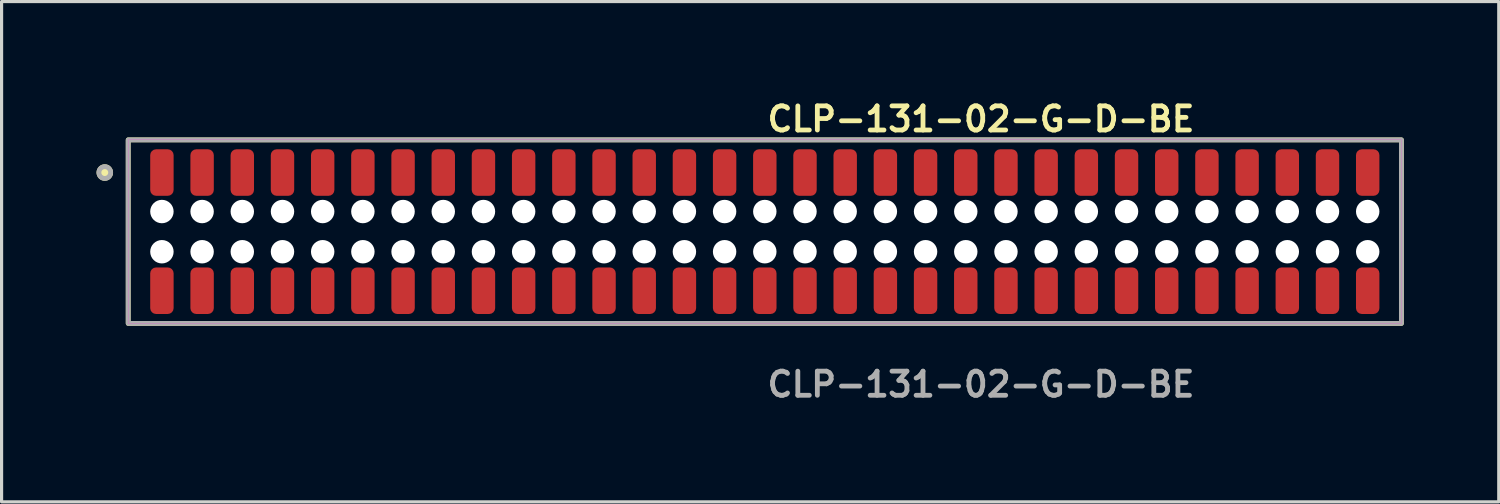
<source format=kicad_pcb>
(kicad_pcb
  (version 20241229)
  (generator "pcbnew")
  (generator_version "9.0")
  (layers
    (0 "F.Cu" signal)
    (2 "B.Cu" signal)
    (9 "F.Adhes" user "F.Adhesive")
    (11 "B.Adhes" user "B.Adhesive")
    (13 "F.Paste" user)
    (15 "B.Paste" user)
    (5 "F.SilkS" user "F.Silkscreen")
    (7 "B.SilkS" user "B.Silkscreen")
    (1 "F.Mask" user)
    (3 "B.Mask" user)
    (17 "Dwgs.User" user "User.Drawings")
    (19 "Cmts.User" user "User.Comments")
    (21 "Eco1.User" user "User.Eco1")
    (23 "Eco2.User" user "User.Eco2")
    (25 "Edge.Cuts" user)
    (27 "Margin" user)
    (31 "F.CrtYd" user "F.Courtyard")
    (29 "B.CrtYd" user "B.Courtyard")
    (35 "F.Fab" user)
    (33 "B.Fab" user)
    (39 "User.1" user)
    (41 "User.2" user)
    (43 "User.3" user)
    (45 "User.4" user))
  (footprint "CLP-131-02-G-D-BE"
    (layer "F.Cu")
    (at 21.116 4.269)
    (property "Reference" "CLP-131-02-G-D-BE" (at 0 -3.556 0) (unlocked yes) (layer "F.SilkS") (effects (font (size 0.762 0.762) (thickness 0.152)) (justify left)))
    (fp_rect (start -20.115 2.9) (end 20.115 -2.9) (stroke (width 0.152) (type solid)) (fill no) (layer "F.SilkS"))
    (fp_circle (center -20.855 -1.867) (end -21.04 -1.867) (stroke (width 0.152) (type solid)) (fill yes) (layer "F.SilkS"))
    (fp_rect (start -20.115 2.9) (end 20.115 -2.9) (stroke (width 0.006) (type solid)) (fill no) (layer "F.CrtYd"))
    (fp_rect (start -20.115 2.9) (end 20.115 -2.9) (stroke (width 0.152) (type solid)) (fill no) (layer "F.Fab"))
    (fp_circle (center -20.855 -1.867) (end -21.04 -1.867) (stroke (width 0.152) (type solid)) (fill no) (layer "F.Fab"))
    (fp_text user "${REFERENCE}" (at 0 4.826 0) (unlocked yes) (layer "F.Fab") (effects (font (size 0.762 0.762) (thickness 0.152)) (justify left)))
    (pad "" np_thru_hole circle (at -19.05 -0.635) (size 0.74 0.74) (drill 0.74) (layers "*.Cu" "*.Mask"))
    (pad "" np_thru_hole circle (at -19.05 0.635) (size 0.74 0.74) (drill 0.74) (layers "*.Cu" "*.Mask"))
    (pad "" np_thru_hole circle (at -17.78 -0.635) (size 0.74 0.74) (drill 0.74) (layers "*.Cu" "*.Mask"))
    (pad "" np_thru_hole circle (at -17.78 0.635) (size 0.74 0.74) (drill 0.74) (layers "*.Cu" "*.Mask"))
    (pad "" np_thru_hole circle (at -16.51 -0.635) (size 0.74 0.74) (drill 0.74) (layers "*.Cu" "*.Mask"))
    (pad "" np_thru_hole circle (at -16.51 0.635) (size 0.74 0.74) (drill 0.74) (layers "*.Cu" "*.Mask"))
    (pad "" np_thru_hole circle (at -15.24 -0.635) (size 0.74 0.74) (drill 0.74) (layers "*.Cu" "*.Mask"))
    (pad "" np_thru_hole circle (at -15.24 0.635) (size 0.74 0.74) (drill 0.74) (layers "*.Cu" "*.Mask"))
    (pad "" np_thru_hole circle (at -13.97 -0.635) (size 0.74 0.74) (drill 0.74) (layers "*.Cu" "*.Mask"))
    (pad "" np_thru_hole circle (at -13.97 0.635) (size 0.74 0.74) (drill 0.74) (layers "*.Cu" "*.Mask"))
    (pad "" np_thru_hole circle (at -12.7 -0.635) (size 0.74 0.74) (drill 0.74) (layers "*.Cu" "*.Mask"))
    (pad "" np_thru_hole circle (at -12.7 0.635) (size 0.74 0.74) (drill 0.74) (layers "*.Cu" "*.Mask"))
    (pad "" np_thru_hole circle (at -11.43 -0.635) (size 0.74 0.74) (drill 0.74) (layers "*.Cu" "*.Mask"))
    (pad "" np_thru_hole circle (at -11.43 0.635) (size 0.74 0.74) (drill 0.74) (layers "*.Cu" "*.Mask"))
    (pad "" np_thru_hole circle (at -10.16 -0.635) (size 0.74 0.74) (drill 0.74) (layers "*.Cu" "*.Mask"))
    (pad "" np_thru_hole circle (at -10.16 0.635) (size 0.74 0.74) (drill 0.74) (layers "*.Cu" "*.Mask"))
    (pad "" np_thru_hole circle (at -8.89 -0.635) (size 0.74 0.74) (drill 0.74) (layers "*.Cu" "*.Mask"))
    (pad "" np_thru_hole circle (at -8.89 0.635) (size 0.74 0.74) (drill 0.74) (layers "*.Cu" "*.Mask"))
    (pad "" np_thru_hole circle (at -7.62 -0.635) (size 0.74 0.74) (drill 0.74) (layers "*.Cu" "*.Mask"))
    (pad "" np_thru_hole circle (at -7.62 0.635) (size 0.74 0.74) (drill 0.74) (layers "*.Cu" "*.Mask"))
    (pad "" np_thru_hole circle (at -6.35 -0.635) (size 0.74 0.74) (drill 0.74) (layers "*.Cu" "*.Mask"))
    (pad "" np_thru_hole circle (at -6.35 0.635) (size 0.74 0.74) (drill 0.74) (layers "*.Cu" "*.Mask"))
    (pad "" np_thru_hole circle (at -5.08 -0.635) (size 0.74 0.74) (drill 0.74) (layers "*.Cu" "*.Mask"))
    (pad "" np_thru_hole circle (at -5.08 0.635) (size 0.74 0.74) (drill 0.74) (layers "*.Cu" "*.Mask"))
    (pad "" np_thru_hole circle (at -3.81 -0.635) (size 0.74 0.74) (drill 0.74) (layers "*.Cu" "*.Mask"))
    (pad "" np_thru_hole circle (at -3.81 0.635) (size 0.74 0.74) (drill 0.74) (layers "*.Cu" "*.Mask"))
    (pad "" np_thru_hole circle (at -2.54 -0.635) (size 0.74 0.74) (drill 0.74) (layers "*.Cu" "*.Mask"))
    (pad "" np_thru_hole circle (at -2.54 0.635) (size 0.74 0.74) (drill 0.74) (layers "*.Cu" "*.Mask"))
    (pad "" np_thru_hole circle (at -1.27 -0.635) (size 0.74 0.74) (drill 0.74) (layers "*.Cu" "*.Mask"))
    (pad "" np_thru_hole circle (at -1.27 0.635) (size 0.74 0.74) (drill 0.74) (layers "*.Cu" "*.Mask"))
    (pad "" np_thru_hole circle (at 0 -0.635) (size 0.74 0.74) (drill 0.74) (layers "*.Cu" "*.Mask"))
    (pad "" np_thru_hole circle (at 0 0.635) (size 0.74 0.74) (drill 0.74) (layers "*.Cu" "*.Mask"))
    (pad "" np_thru_hole circle (at 1.27 -0.635) (size 0.74 0.74) (drill 0.74) (layers "*.Cu" "*.Mask"))
    (pad "" np_thru_hole circle (at 1.27 0.635) (size 0.74 0.74) (drill 0.74) (layers "*.Cu" "*.Mask"))
    (pad "" np_thru_hole circle (at 2.54 -0.635) (size 0.74 0.74) (drill 0.74) (layers "*.Cu" "*.Mask"))
    (pad "" np_thru_hole circle (at 2.54 0.635) (size 0.74 0.74) (drill 0.74) (layers "*.Cu" "*.Mask"))
    (pad "" np_thru_hole circle (at 3.81 -0.635) (size 0.74 0.74) (drill 0.74) (layers "*.Cu" "*.Mask"))
    (pad "" np_thru_hole circle (at 3.81 0.635) (size 0.74 0.74) (drill 0.74) (layers "*.Cu" "*.Mask"))
    (pad "" np_thru_hole circle (at 5.08 -0.635) (size 0.74 0.74) (drill 0.74) (layers "*.Cu" "*.Mask"))
    (pad "" np_thru_hole circle (at 5.08 0.635) (size 0.74 0.74) (drill 0.74) (layers "*.Cu" "*.Mask"))
    (pad "" np_thru_hole circle (at 6.35 -0.635) (size 0.74 0.74) (drill 0.74) (layers "*.Cu" "*.Mask"))
    (pad "" np_thru_hole circle (at 6.35 0.635) (size 0.74 0.74) (drill 0.74) (layers "*.Cu" "*.Mask"))
    (pad "" np_thru_hole circle (at 7.62 -0.635) (size 0.74 0.74) (drill 0.74) (layers "*.Cu" "*.Mask"))
    (pad "" np_thru_hole circle (at 7.62 0.635) (size 0.74 0.74) (drill 0.74) (layers "*.Cu" "*.Mask"))
    (pad "" np_thru_hole circle (at 8.89 -0.635) (size 0.74 0.74) (drill 0.74) (layers "*.Cu" "*.Mask"))
    (pad "" np_thru_hole circle (at 8.89 0.635) (size 0.74 0.74) (drill 0.74) (layers "*.Cu" "*.Mask"))
    (pad "" np_thru_hole circle (at 10.16 -0.635) (size 0.74 0.74) (drill 0.74) (layers "*.Cu" "*.Mask"))
    (pad "" np_thru_hole circle (at 10.16 0.635) (size 0.74 0.74) (drill 0.74) (layers "*.Cu" "*.Mask"))
    (pad "" np_thru_hole circle (at 11.43 -0.635) (size 0.74 0.74) (drill 0.74) (layers "*.Cu" "*.Mask"))
    (pad "" np_thru_hole circle (at 11.43 0.635) (size 0.74 0.74) (drill 0.74) (layers "*.Cu" "*.Mask"))
    (pad "" np_thru_hole circle (at 12.7 -0.635) (size 0.74 0.74) (drill 0.74) (layers "*.Cu" "*.Mask"))
    (pad "" np_thru_hole circle (at 12.7 0.635) (size 0.74 0.74) (drill 0.74) (layers "*.Cu" "*.Mask"))
    (pad "" np_thru_hole circle (at 13.97 -0.635) (size 0.74 0.74) (drill 0.74) (layers "*.Cu" "*.Mask"))
    (pad "" np_thru_hole circle (at 13.97 0.635) (size 0.74 0.74) (drill 0.74) (layers "*.Cu" "*.Mask"))
    (pad "" np_thru_hole circle (at 15.24 -0.635) (size 0.74 0.74) (drill 0.74) (layers "*.Cu" "*.Mask"))
    (pad "" np_thru_hole circle (at 15.24 0.635) (size 0.74 0.74) (drill 0.74) (layers "*.Cu" "*.Mask"))
    (pad "" np_thru_hole circle (at 16.51 -0.635) (size 0.74 0.74) (drill 0.74) (layers "*.Cu" "*.Mask"))
    (pad "" np_thru_hole circle (at 16.51 0.635) (size 0.74 0.74) (drill 0.74) (layers "*.Cu" "*.Mask"))
    (pad "" np_thru_hole circle (at 17.78 -0.635) (size 0.74 0.74) (drill 0.74) (layers "*.Cu" "*.Mask"))
    (pad "" np_thru_hole circle (at 17.78 0.635) (size 0.74 0.74) (drill 0.74) (layers "*.Cu" "*.Mask"))
    (pad "" np_thru_hole circle (at 19.05 -0.635) (size 0.74 0.74) (drill 0.74) (layers "*.Cu" "*.Mask"))
    (pad "" np_thru_hole circle (at 19.05 0.635) (size 0.74 0.74) (drill 0.74) (layers "*.Cu" "*.Mask"))
    (pad "1" smd roundrect (at -19.05 -1.867) (size 0.74 1.47) (layers "F.Cu" "F.Paste") (roundrect_rratio 0.25))
    (pad "2" smd roundrect (at -19.05 1.867) (size 0.74 1.47) (layers "F.Cu" "F.Paste") (roundrect_rratio 0.25))
    (pad "3" smd roundrect (at -17.78 -1.867) (size 0.74 1.47) (layers "F.Cu" "F.Paste") (roundrect_rratio 0.25))
    (pad "4" smd roundrect (at -17.78 1.867) (size 0.74 1.47) (layers "F.Cu" "F.Paste") (roundrect_rratio 0.25))
    (pad "5" smd roundrect (at -16.51 -1.867) (size 0.74 1.47) (layers "F.Cu" "F.Paste") (roundrect_rratio 0.25))
    (pad "6" smd roundrect (at -16.51 1.867) (size 0.74 1.47) (layers "F.Cu" "F.Paste") (roundrect_rratio 0.25))
    (pad "7" smd roundrect (at -15.24 -1.867) (size 0.74 1.47) (layers "F.Cu" "F.Paste") (roundrect_rratio 0.25))
    (pad "8" smd roundrect (at -15.24 1.867) (size 0.74 1.47) (layers "F.Cu" "F.Paste") (roundrect_rratio 0.25))
    (pad "9" smd roundrect (at -13.97 -1.867) (size 0.74 1.47) (layers "F.Cu" "F.Paste") (roundrect_rratio 0.25))
    (pad "10" smd roundrect (at -13.97 1.867) (size 0.74 1.47) (layers "F.Cu" "F.Paste") (roundrect_rratio 0.25))
    (pad "11" smd roundrect (at -12.7 -1.867) (size 0.74 1.47) (layers "F.Cu" "F.Paste") (roundrect_rratio 0.25))
    (pad "12" smd roundrect (at -12.7 1.867) (size 0.74 1.47) (layers "F.Cu" "F.Paste") (roundrect_rratio 0.25))
    (pad "13" smd roundrect (at -11.43 -1.867) (size 0.74 1.47) (layers "F.Cu" "F.Paste") (roundrect_rratio 0.25))
    (pad "14" smd roundrect (at -11.43 1.867) (size 0.74 1.47) (layers "F.Cu" "F.Paste") (roundrect_rratio 0.25))
    (pad "15" smd roundrect (at -10.16 -1.867) (size 0.74 1.47) (layers "F.Cu" "F.Paste") (roundrect_rratio 0.25))
    (pad "16" smd roundrect (at -10.16 1.867) (size 0.74 1.47) (layers "F.Cu" "F.Paste") (roundrect_rratio 0.25))
    (pad "17" smd roundrect (at -8.89 -1.867) (size 0.74 1.47) (layers "F.Cu" "F.Paste") (roundrect_rratio 0.25))
    (pad "18" smd roundrect (at -8.89 1.867) (size 0.74 1.47) (layers "F.Cu" "F.Paste") (roundrect_rratio 0.25))
    (pad "19" smd roundrect (at -7.62 -1.867) (size 0.74 1.47) (layers "F.Cu" "F.Paste") (roundrect_rratio 0.25))
    (pad "20" smd roundrect (at -7.62 1.867) (size 0.74 1.47) (layers "F.Cu" "F.Paste") (roundrect_rratio 0.25))
    (pad "21" smd roundrect (at -6.35 -1.867) (size 0.74 1.47) (layers "F.Cu" "F.Paste") (roundrect_rratio 0.25))
    (pad "22" smd roundrect (at -6.35 1.867) (size 0.74 1.47) (layers "F.Cu" "F.Paste") (roundrect_rratio 0.25))
    (pad "23" smd roundrect (at -5.08 -1.867) (size 0.74 1.47) (layers "F.Cu" "F.Paste") (roundrect_rratio 0.25))
    (pad "24" smd roundrect (at -5.08 1.867) (size 0.74 1.47) (layers "F.Cu" "F.Paste") (roundrect_rratio 0.25))
    (pad "25" smd roundrect (at -3.81 -1.867) (size 0.74 1.47) (layers "F.Cu" "F.Paste") (roundrect_rratio 0.25))
    (pad "26" smd roundrect (at -3.81 1.867) (size 0.74 1.47) (layers "F.Cu" "F.Paste") (roundrect_rratio 0.25))
    (pad "27" smd roundrect (at -2.54 -1.867) (size 0.74 1.47) (layers "F.Cu" "F.Paste") (roundrect_rratio 0.25))
    (pad "28" smd roundrect (at -2.54 1.867) (size 0.74 1.47) (layers "F.Cu" "F.Paste") (roundrect_rratio 0.25))
    (pad "29" smd roundrect (at -1.27 -1.867) (size 0.74 1.47) (layers "F.Cu" "F.Paste") (roundrect_rratio 0.25))
    (pad "30" smd roundrect (at -1.27 1.867) (size 0.74 1.47) (layers "F.Cu" "F.Paste") (roundrect_rratio 0.25))
    (pad "31" smd roundrect (at 0 -1.867) (size 0.74 1.47) (layers "F.Cu" "F.Paste") (roundrect_rratio 0.25))
    (pad "32" smd roundrect (at 0 1.867) (size 0.74 1.47) (layers "F.Cu" "F.Paste") (roundrect_rratio 0.25))
    (pad "33" smd roundrect (at 1.27 -1.867) (size 0.74 1.47) (layers "F.Cu" "F.Paste") (roundrect_rratio 0.25))
    (pad "34" smd roundrect (at 1.27 1.867) (size 0.74 1.47) (layers "F.Cu" "F.Paste") (roundrect_rratio 0.25))
    (pad "35" smd roundrect (at 2.54 -1.867) (size 0.74 1.47) (layers "F.Cu" "F.Paste") (roundrect_rratio 0.25))
    (pad "36" smd roundrect (at 2.54 1.867) (size 0.74 1.47) (layers "F.Cu" "F.Paste") (roundrect_rratio 0.25))
    (pad "37" smd roundrect (at 3.81 -1.867) (size 0.74 1.47) (layers "F.Cu" "F.Paste") (roundrect_rratio 0.25))
    (pad "38" smd roundrect (at 3.81 1.867) (size 0.74 1.47) (layers "F.Cu" "F.Paste") (roundrect_rratio 0.25))
    (pad "39" smd roundrect (at 5.08 -1.867) (size 0.74 1.47) (layers "F.Cu" "F.Paste") (roundrect_rratio 0.25))
    (pad "40" smd roundrect (at 5.08 1.867) (size 0.74 1.47) (layers "F.Cu" "F.Paste") (roundrect_rratio 0.25))
    (pad "41" smd roundrect (at 6.35 -1.867) (size 0.74 1.47) (layers "F.Cu" "F.Paste") (roundrect_rratio 0.25))
    (pad "42" smd roundrect (at 6.35 1.867) (size 0.74 1.47) (layers "F.Cu" "F.Paste") (roundrect_rratio 0.25))
    (pad "43" smd roundrect (at 7.62 -1.867) (size 0.74 1.47) (layers "F.Cu" "F.Paste") (roundrect_rratio 0.25))
    (pad "44" smd roundrect (at 7.62 1.867) (size 0.74 1.47) (layers "F.Cu" "F.Paste") (roundrect_rratio 0.25))
    (pad "45" smd roundrect (at 8.89 -1.867) (size 0.74 1.47) (layers "F.Cu" "F.Paste") (roundrect_rratio 0.25))
    (pad "46" smd roundrect (at 8.89 1.867) (size 0.74 1.47) (layers "F.Cu" "F.Paste") (roundrect_rratio 0.25))
    (pad "47" smd roundrect (at 10.16 -1.867) (size 0.74 1.47) (layers "F.Cu" "F.Paste") (roundrect_rratio 0.25))
    (pad "48" smd roundrect (at 10.16 1.867) (size 0.74 1.47) (layers "F.Cu" "F.Paste") (roundrect_rratio 0.25))
    (pad "49" smd roundrect (at 11.43 -1.867) (size 0.74 1.47) (layers "F.Cu" "F.Paste") (roundrect_rratio 0.25))
    (pad "50" smd roundrect (at 11.43 1.867) (size 0.74 1.47) (layers "F.Cu" "F.Paste") (roundrect_rratio 0.25))
    (pad "51" smd roundrect (at 12.7 -1.867) (size 0.74 1.47) (layers "F.Cu" "F.Paste") (roundrect_rratio 0.25))
    (pad "52" smd roundrect (at 12.7 1.867) (size 0.74 1.47) (layers "F.Cu" "F.Paste") (roundrect_rratio 0.25))
    (pad "53" smd roundrect (at 13.97 -1.867) (size 0.74 1.47) (layers "F.Cu" "F.Paste") (roundrect_rratio 0.25))
    (pad "54" smd roundrect (at 13.97 1.867) (size 0.74 1.47) (layers "F.Cu" "F.Paste") (roundrect_rratio 0.25))
    (pad "55" smd roundrect (at 15.24 -1.867) (size 0.74 1.47) (layers "F.Cu" "F.Paste") (roundrect_rratio 0.25))
    (pad "56" smd roundrect (at 15.24 1.867) (size 0.74 1.47) (layers "F.Cu" "F.Paste") (roundrect_rratio 0.25))
    (pad "57" smd roundrect (at 16.51 -1.867) (size 0.74 1.47) (layers "F.Cu" "F.Paste") (roundrect_rratio 0.25))
    (pad "58" smd roundrect (at 16.51 1.867) (size 0.74 1.47) (layers "F.Cu" "F.Paste") (roundrect_rratio 0.25))
    (pad "59" smd roundrect (at 17.78 -1.867) (size 0.74 1.47) (layers "F.Cu" "F.Paste") (roundrect_rratio 0.25))
    (pad "60" smd roundrect (at 17.78 1.867) (size 0.74 1.47) (layers "F.Cu" "F.Paste") (roundrect_rratio 0.25))
    (pad "61" smd roundrect (at 19.05 -1.867) (size 0.74 1.47) (layers "F.Cu" "F.Paste") (roundrect_rratio 0.25))
    (pad "62" smd roundrect (at 19.05 1.867) (size 0.74 1.47) (layers "F.Cu" "F.Paste") (roundrect_rratio 0.25)))
  (gr_rect
    (start -3 -3)
    (end 44.307 12.808)
    (stroke (width 0.1) (type default))
    (fill no)
    (layer "Edge.Cuts")))
</source>
